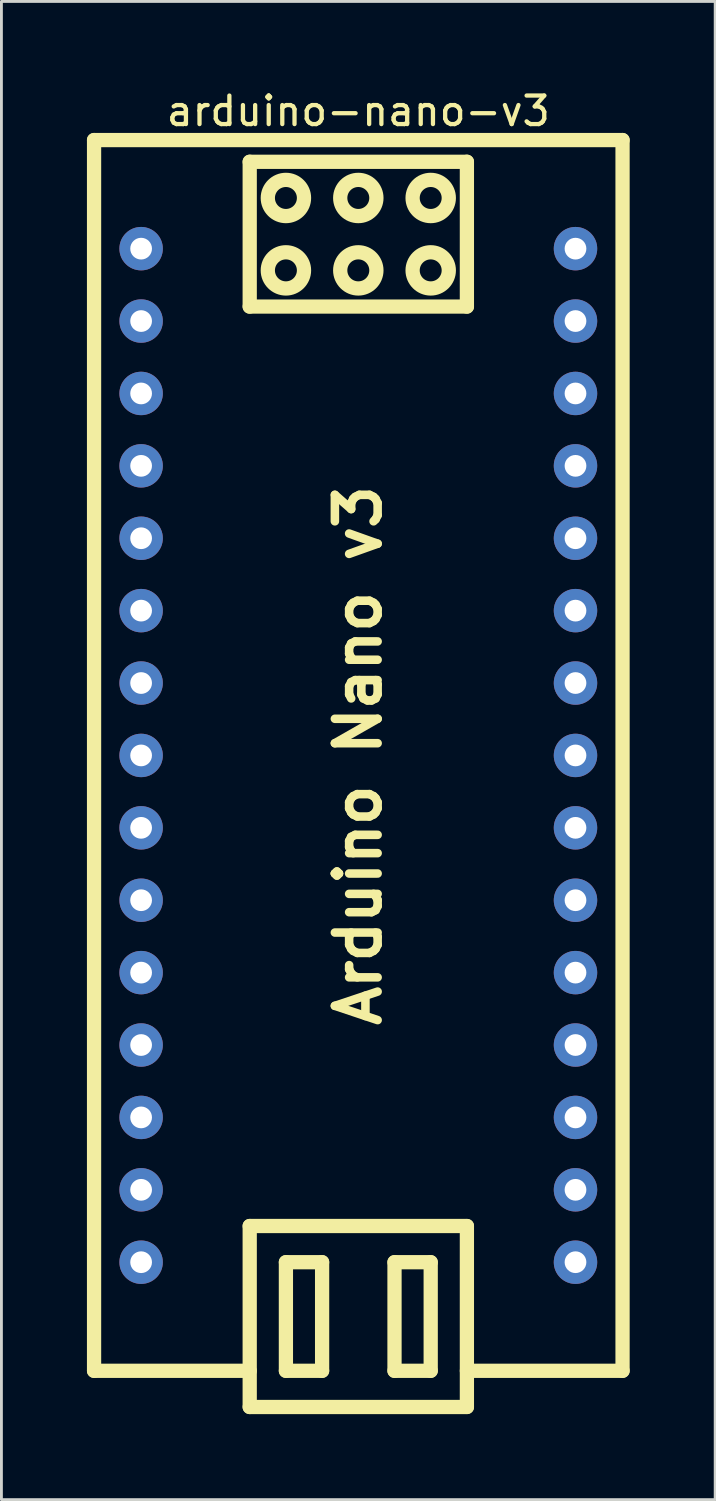
<source format=kicad_pcb>
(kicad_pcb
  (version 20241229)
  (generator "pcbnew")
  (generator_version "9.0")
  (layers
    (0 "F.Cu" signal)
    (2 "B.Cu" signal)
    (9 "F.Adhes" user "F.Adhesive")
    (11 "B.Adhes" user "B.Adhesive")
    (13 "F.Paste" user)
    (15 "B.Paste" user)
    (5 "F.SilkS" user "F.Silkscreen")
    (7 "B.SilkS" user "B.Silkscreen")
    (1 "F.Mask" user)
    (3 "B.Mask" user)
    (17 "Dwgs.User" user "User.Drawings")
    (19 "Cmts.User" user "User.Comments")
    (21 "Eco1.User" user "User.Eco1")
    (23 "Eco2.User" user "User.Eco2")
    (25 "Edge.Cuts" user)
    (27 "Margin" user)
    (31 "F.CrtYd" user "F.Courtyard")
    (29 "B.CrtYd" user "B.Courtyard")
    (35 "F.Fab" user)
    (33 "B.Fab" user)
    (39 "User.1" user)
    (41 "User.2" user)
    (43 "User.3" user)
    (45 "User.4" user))
  (footprint "arduino-nano-v3"
    (layer "F.Cu")
    (at 9.521 23.454)
    (property "Reference" "arduino-nano-v3" (at 0 -22.606 0) (layer "F.SilkS") (effects (font (size 1 1) (thickness 0.15))))
    (attr through_hole)
    (fp_line (start -9.271 -21.59) (end 9.271 -21.59) (stroke (width 0.5) (type solid)) (layer "F.SilkS"))
    (fp_line (start -9.271 21.59) (end -9.271 -21.59) (stroke (width 0.5) (type solid)) (layer "F.SilkS"))
    (fp_line (start -9.271 21.59) (end -3.81 21.59) (stroke (width 0.5) (type solid)) (layer "F.SilkS"))
    (fp_line (start -3.81 -20.828) (end -3.81 -15.748) (stroke (width 0.5) (type solid)) (layer "F.SilkS"))
    (fp_line (start -3.81 -15.748) (end 3.81 -15.748) (stroke (width 0.5) (type solid)) (layer "F.SilkS"))
    (fp_line (start -3.81 16.51) (end -3.81 22.86) (stroke (width 0.5) (type solid)) (layer "F.SilkS"))
    (fp_line (start -3.81 22.86) (end 3.81 22.86) (stroke (width 0.5) (type solid)) (layer "F.SilkS"))
    (fp_line (start -2.54 17.78) (end -2.54 21.59) (stroke (width 0.5) (type solid)) (layer "F.SilkS"))
    (fp_line (start -2.54 21.59) (end -1.27 21.59) (stroke (width 0.5) (type solid)) (layer "F.SilkS"))
    (fp_line (start -1.27 17.78) (end -2.54 17.78) (stroke (width 0.5) (type solid)) (layer "F.SilkS"))
    (fp_line (start -1.27 21.59) (end -1.27 17.78) (stroke (width 0.5) (type solid)) (layer "F.SilkS"))
    (fp_line (start 1.27 17.78) (end 2.54 17.78) (stroke (width 0.5) (type solid)) (layer "F.SilkS"))
    (fp_line (start 1.27 21.59) (end 1.27 17.78) (stroke (width 0.5) (type solid)) (layer "F.SilkS"))
    (fp_line (start 2.54 17.78) (end 2.54 21.59) (stroke (width 0.5) (type solid)) (layer "F.SilkS"))
    (fp_line (start 2.54 21.59) (end 1.27 21.59) (stroke (width 0.5) (type solid)) (layer "F.SilkS"))
    (fp_line (start 3.81 -20.828) (end -3.81 -20.828) (stroke (width 0.5) (type solid)) (layer "F.SilkS"))
    (fp_line (start 3.81 -15.748) (end 3.81 -20.828) (stroke (width 0.5) (type solid)) (layer "F.SilkS"))
    (fp_line (start 3.81 16.51) (end -3.81 16.51) (stroke (width 0.5) (type solid)) (layer "F.SilkS"))
    (fp_line (start 3.81 22.86) (end 3.81 16.51) (stroke (width 0.5) (type solid)) (layer "F.SilkS"))
    (fp_line (start 9.271 -21.59) (end 9.271 21.59) (stroke (width 0.5) (type solid)) (layer "F.SilkS"))
    (fp_line (start 9.271 21.59) (end 3.81 21.59) (stroke (width 0.5) (type solid)) (layer "F.SilkS"))
    (fp_circle (center -2.54 -19.558) (end -1.905 -19.558) (stroke (width 0.5) (type solid)) (fill no) (layer "F.SilkS"))
    (fp_circle (center -2.54 -17.018) (end -1.905 -17.018) (stroke (width 0.5) (type solid)) (fill no) (layer "F.SilkS"))
    (fp_circle (center 0 -19.558) (end 0.635 -19.558) (stroke (width 0.5) (type solid)) (fill no) (layer "F.SilkS"))
    (fp_circle (center 0 -17.018) (end 0.635 -17.018) (stroke (width 0.5) (type solid)) (fill no) (layer "F.SilkS"))
    (fp_circle (center 2.54 -19.558) (end 3.175 -19.558) (stroke (width 0.5) (type solid)) (fill no) (layer "F.SilkS"))
    (fp_circle (center 2.54 -17.018) (end 3.175 -17.018) (stroke (width 0.5) (type solid)) (fill no) (layer "F.SilkS"))
    (fp_text user "Arduino Nano v3" (at 0 0 90) (layer "F.SilkS") (effects (font (size 1.5 1.5) (thickness 0.3))))
    (pad "1" thru_hole circle (at -7.62 -17.78) (size 1.524 1.524) (drill 0.762) (layers "*.Cu" "*.Mask"))
    (pad "2" thru_hole circle (at -7.62 -15.24) (size 1.524 1.524) (drill 0.762) (layers "*.Cu" "*.Mask"))
    (pad "3" thru_hole circle (at -7.62 -12.7) (size 1.524 1.524) (drill 0.762) (layers "*.Cu" "*.Mask"))
    (pad "4" thru_hole circle (at -7.62 -10.16) (size 1.524 1.524) (drill 0.762) (layers "*.Cu" "*.Mask"))
    (pad "5" thru_hole circle (at -7.62 -7.62) (size 1.524 1.524) (drill 0.762) (layers "*.Cu" "*.Mask"))
    (pad "6" thru_hole circle (at -7.62 -5.08) (size 1.524 1.524) (drill 0.762) (layers "*.Cu" "*.Mask"))
    (pad "7" thru_hole circle (at -7.62 -2.54) (size 1.524 1.524) (drill 0.762) (layers "*.Cu" "*.Mask"))
    (pad "8" thru_hole circle (at -7.62 0) (size 1.524 1.524) (drill 0.762) (layers "*.Cu" "*.Mask"))
    (pad "9" thru_hole circle (at -7.62 2.54) (size 1.524 1.524) (drill 0.762) (layers "*.Cu" "*.Mask"))
    (pad "10" thru_hole circle (at -7.62 5.08) (size 1.524 1.524) (drill 0.762) (layers "*.Cu" "*.Mask"))
    (pad "11" thru_hole circle (at -7.62 7.62) (size 1.524 1.524) (drill 0.762) (layers "*.Cu" "*.Mask"))
    (pad "12" thru_hole circle (at -7.62 10.16) (size 1.524 1.524) (drill 0.762) (layers "*.Cu" "*.Mask"))
    (pad "13" thru_hole circle (at -7.62 12.7) (size 1.524 1.524) (drill 0.762) (layers "*.Cu" "*.Mask"))
    (pad "14" thru_hole circle (at -7.62 15.24) (size 1.524 1.524) (drill 0.762) (layers "*.Cu" "*.Mask"))
    (pad "15" thru_hole circle (at -7.62 17.78) (size 1.524 1.524) (drill 0.762) (layers "*.Cu" "*.Mask"))
    (pad "16" thru_hole circle (at 7.62 17.78) (size 1.524 1.524) (drill 0.762) (layers "*.Cu" "*.Mask"))
    (pad "17" thru_hole circle (at 7.62 15.24) (size 1.524 1.524) (drill 0.762) (layers "*.Cu" "*.Mask"))
    (pad "18" thru_hole circle (at 7.62 12.7) (size 1.524 1.524) (drill 0.762) (layers "*.Cu" "*.Mask"))
    (pad "19" thru_hole circle (at 7.62 10.16) (size 1.524 1.524) (drill 0.762) (layers "*.Cu" "*.Mask"))
    (pad "20" thru_hole circle (at 7.62 7.62) (size 1.524 1.524) (drill 0.762) (layers "*.Cu" "*.Mask"))
    (pad "21" thru_hole circle (at 7.62 5.08) (size 1.524 1.524) (drill 0.762) (layers "*.Cu" "*.Mask"))
    (pad "22" thru_hole circle (at 7.62 2.54) (size 1.524 1.524) (drill 0.762) (layers "*.Cu" "*.Mask"))
    (pad "23" thru_hole circle (at 7.62 0) (size 1.524 1.524) (drill 0.762) (layers "*.Cu" "*.Mask"))
    (pad "24" thru_hole circle (at 7.62 -2.54) (size 1.524 1.524) (drill 0.762) (layers "*.Cu" "*.Mask"))
    (pad "25" thru_hole circle (at 7.62 -5.08) (size 1.524 1.524) (drill 0.762) (layers "*.Cu" "*.Mask"))
    (pad "26" thru_hole circle (at 7.62 -7.62) (size 1.524 1.524) (drill 0.762) (layers "*.Cu" "*.Mask"))
    (pad "27" thru_hole circle (at 7.62 -10.16) (size 1.524 1.524) (drill 0.762) (layers "*.Cu" "*.Mask"))
    (pad "28" thru_hole circle (at 7.62 -12.7) (size 1.524 1.524) (drill 0.762) (layers "*.Cu" "*.Mask"))
    (pad "29" thru_hole circle (at 7.62 -15.24) (size 1.524 1.524) (drill 0.762) (layers "*.Cu" "*.Mask"))
    (pad "30" thru_hole circle (at 7.62 -17.78) (size 1.524 1.524) (drill 0.762) (layers "*.Cu" "*.Mask")))
  (gr_rect
    (start -3 -3)
    (end 22.042 49.564)
    (stroke (width 0.1) (type default))
    (fill no)
    (layer "Edge.Cuts")))
</source>
